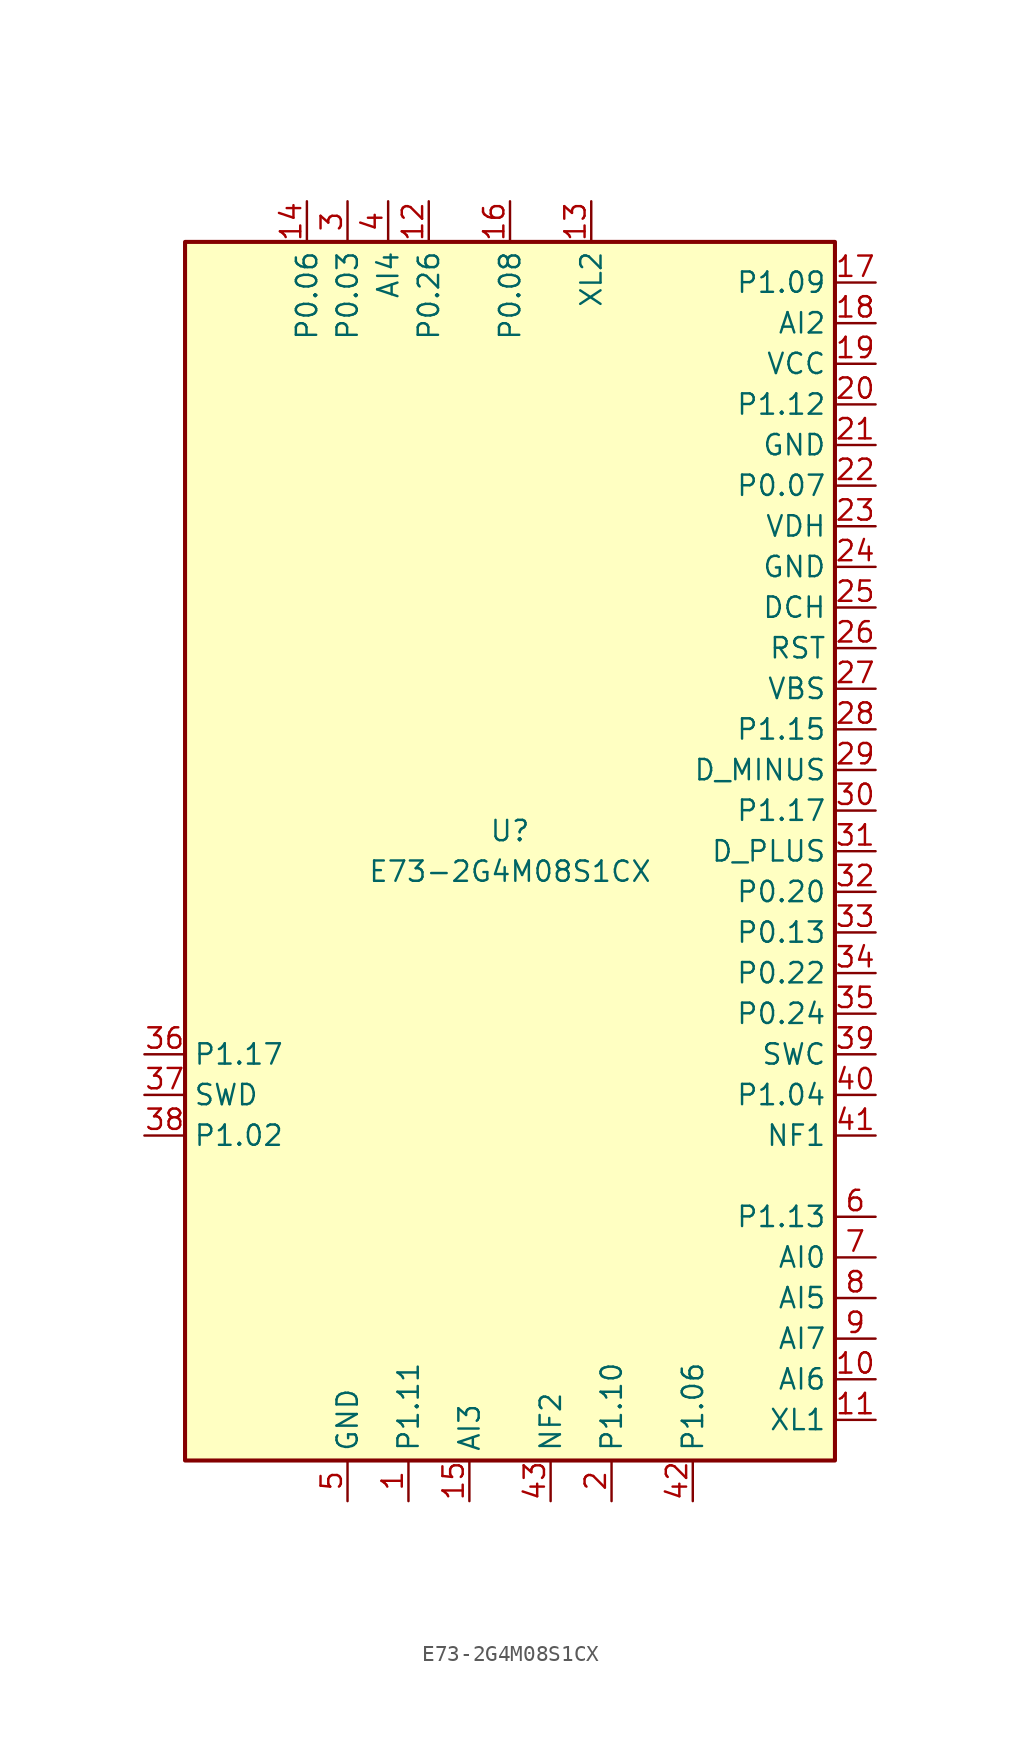
<source format=kicad_sym>
(kicad_symbol_lib
  (version 20241209)
  (generator "kicad_symbol_editor")
  (generator_version "9.0")
  (symbol "E73-2G4M08S1CX"
    (property "Reference" "U"
      (at 0 1.27 0)
      (effects (font (size 1.27 1.27))))
    (property "Value" "E73-2G4M08S1CX"
      (at 0 -1.27 0)
      (effects (font (size 1.27 1.27))))
    (symbol "E73-2G4M08S1CX_0_1"
      (rectangle (start 20.32 38.1) (end -20.32 -38.1) (stroke (width 0.254) (type default)) (fill (type background))))
    (symbol "E73-2G4M08S1CX_1_1"
      (pin bidirectional line (at -22.86 -12.7 0) (length 2.54) (name "P1.17" (effects (font (size 1.27 1.27)))) (number "36" (effects (font (size 1.27 1.27)))))
      (pin bidirectional line (at -22.86 -15.24 0) (length 2.54) (name "SWD" (effects (font (size 1.27 1.27)))) (number "37" (effects (font (size 1.27 1.27)))))
      (pin bidirectional line (at -22.86 -17.78 0) (length 2.54) (name "P1.02" (effects (font (size 1.27 1.27)))) (number "38" (effects (font (size 1.27 1.27)))))
      (pin bidirectional line (at -12.7 40.64 270) (length 2.54) (name "P0.06" (effects (font (size 1.27 1.27)))) (number "14" (effects (font (size 1.27 1.27)))))
      (pin bidirectional line (at -10.16 40.64 270) (length 2.54) (name "P0.03" (effects (font (size 1.27 1.27)))) (number "3" (effects (font (size 1.27 1.27)))))
      (pin power_in line (at -10.16 -40.64 90) (length 2.54) (name "GND" (effects (font (size 1.27 1.27)))) (number "5" (effects (font (size 1.27 1.27)))))
      (pin bidirectional line (at -7.62 40.64 270) (length 2.54) (name "AI4" (effects (font (size 1.27 1.27)))) (number "4" (effects (font (size 1.27 1.27)))))
      (pin bidirectional line (at -6.35 -40.64 90) (length 2.54) (name "P1.11" (effects (font (size 1.27 1.27)))) (number "1" (effects (font (size 1.27 1.27)))))
      (pin bidirectional line (at -5.08 40.64 270) (length 2.54) (name "P0.26" (effects (font (size 1.27 1.27)))) (number "12" (effects (font (size 1.27 1.27)))))
      (pin bidirectional line (at -2.54 -40.64 90) (length 2.54) (name "AI3" (effects (font (size 1.27 1.27)))) (number "15" (effects (font (size 1.27 1.27)))))
      (pin bidirectional line (at 0 40.64 270) (length 2.54) (name "P0.08" (effects (font (size 1.27 1.27)))) (number "16" (effects (font (size 1.27 1.27)))))
      (pin passive line (at 2.54 -40.64 90) (length 2.54) (name "NF2" (effects (font (size 1.27 1.27)))) (number "43" (effects (font (size 1.27 1.27)))))
      (pin bidirectional line (at 5.08 40.64 270) (length 2.54) (name "XL2" (effects (font (size 1.27 1.27)))) (number "13" (effects (font (size 1.27 1.27)))))
      (pin bidirectional line (at 6.35 -40.64 90) (length 2.54) (name "P1.10" (effects (font (size 1.27 1.27)))) (number "2" (effects (font (size 1.27 1.27)))))
      (pin bidirectional line (at 11.43 -40.64 90) (length 2.54) (name "P1.06" (effects (font (size 1.27 1.27)))) (number "42" (effects (font (size 1.27 1.27)))))
      (pin bidirectional line (at 22.86 35.56 180) (length 2.54) (name "P1.09" (effects (font (size 1.27 1.27)))) (number "17" (effects (font (size 1.27 1.27)))))
      (pin bidirectional line (at 22.86 33.02 180) (length 2.54) (name "AI2" (effects (font (size 1.27 1.27)))) (number "18" (effects (font (size 1.27 1.27)))))
      (pin power_in line (at 22.86 30.48 180) (length 2.54) (name "VCC" (effects (font (size 1.27 1.27)))) (number "19" (effects (font (size 1.27 1.27)))))
      (pin bidirectional line (at 22.86 27.94 180) (length 2.54) (name "P1.12" (effects (font (size 1.27 1.27)))) (number "20" (effects (font (size 1.27 1.27)))))
      (pin power_in line (at 22.86 25.4 180) (length 2.54) (name "GND" (effects (font (size 1.27 1.27)))) (number "21" (effects (font (size 1.27 1.27)))))
      (pin bidirectional line (at 22.86 22.86 180) (length 2.54) (name "P0.07" (effects (font (size 1.27 1.27)))) (number "22" (effects (font (size 1.27 1.27)))))
      (pin bidirectional line (at 22.86 20.32 180) (length 2.54) (name "VDH" (effects (font (size 1.27 1.27)))) (number "23" (effects (font (size 1.27 1.27)))))
      (pin bidirectional line (at 22.86 17.78 180) (length 2.54) (name "GND" (effects (font (size 1.27 1.27)))) (number "24" (effects (font (size 1.27 1.27)))))
      (pin bidirectional line (at 22.86 15.24 180) (length 2.54) (name "DCH" (effects (font (size 1.27 1.27)))) (number "25" (effects (font (size 1.27 1.27)))))
      (pin bidirectional line (at 22.86 12.7 180) (length 2.54) (name "RST" (effects (font (size 1.27 1.27)))) (number "26" (effects (font (size 1.27 1.27)))))
      (pin bidirectional line (at 22.86 10.16 180) (length 2.54) (name "VBS" (effects (font (size 1.27 1.27)))) (number "27" (effects (font (size 1.27 1.27)))))
      (pin bidirectional line (at 22.86 7.62 180) (length 2.54) (name "P1.15" (effects (font (size 1.27 1.27)))) (number "28" (effects (font (size 1.27 1.27)))))
      (pin bidirectional line (at 22.86 5.08 180) (length 2.54) (name "D_MINUS" (effects (font (size 1.27 1.27)))) (number "29" (effects (font (size 1.27 1.27)))))
      (pin bidirectional line (at 22.86 2.54 180) (length 2.54) (name "P1.17" (effects (font (size 1.27 1.27)))) (number "30" (effects (font (size 1.27 1.27)))))
      (pin bidirectional line (at 22.86 0 180) (length 2.54) (name "D_PLUS" (effects (font (size 1.27 1.27)))) (number "31" (effects (font (size 1.27 1.27)))))
      (pin bidirectional line (at 22.86 -2.54 180) (length 2.54) (name "P0.20" (effects (font (size 1.27 1.27)))) (number "32" (effects (font (size 1.27 1.27)))))
      (pin bidirectional line (at 22.86 -5.08 180) (length 2.54) (name "P0.13" (effects (font (size 1.27 1.27)))) (number "33" (effects (font (size 1.27 1.27)))))
      (pin bidirectional line (at 22.86 -7.62 180) (length 2.54) (name "P0.22" (effects (font (size 1.27 1.27)))) (number "34" (effects (font (size 1.27 1.27)))))
      (pin bidirectional line (at 22.86 -10.16 180) (length 2.54) (name "P0.24" (effects (font (size 1.27 1.27)))) (number "35" (effects (font (size 1.27 1.27)))))
      (pin bidirectional line (at 22.86 -12.7 180) (length 2.54) (name "SWC" (effects (font (size 1.27 1.27)))) (number "39" (effects (font (size 1.27 1.27)))))
      (pin bidirectional line (at 22.86 -15.24 180) (length 2.54) (name "P1.04" (effects (font (size 1.27 1.27)))) (number "40" (effects (font (size 1.27 1.27)))))
      (pin passive line (at 22.86 -17.78 180) (length 2.54) (name "NF1" (effects (font (size 1.27 1.27)))) (number "41" (effects (font (size 1.27 1.27)))))
      (pin bidirectional line (at 22.86 -22.86 180) (length 2.54) (name "P1.13" (effects (font (size 1.27 1.27)))) (number "6" (effects (font (size 1.27 1.27)))))
      (pin bidirectional line (at 22.86 -25.4 180) (length 2.54) (name "AI0" (effects (font (size 1.27 1.27)))) (number "7" (effects (font (size 1.27 1.27)))))
      (pin bidirectional line (at 22.86 -27.94 180) (length 2.54) (name "AI5" (effects (font (size 1.27 1.27)))) (number "8" (effects (font (size 1.27 1.27)))))
      (pin bidirectional line (at 22.86 -30.48 180) (length 2.54) (name "AI7" (effects (font (size 1.27 1.27)))) (number "9" (effects (font (size 1.27 1.27)))))
      (pin bidirectional line (at 22.86 -33.02 180) (length 2.54) (name "AI6" (effects (font (size 1.27 1.27)))) (number "10" (effects (font (size 1.27 1.27)))))
      (pin bidirectional line (at 22.86 -35.56 180) (length 2.54) (name "XL1" (effects (font (size 1.27 1.27)))) (number "11" (effects (font (size 1.27 1.27))))))))
</source>
